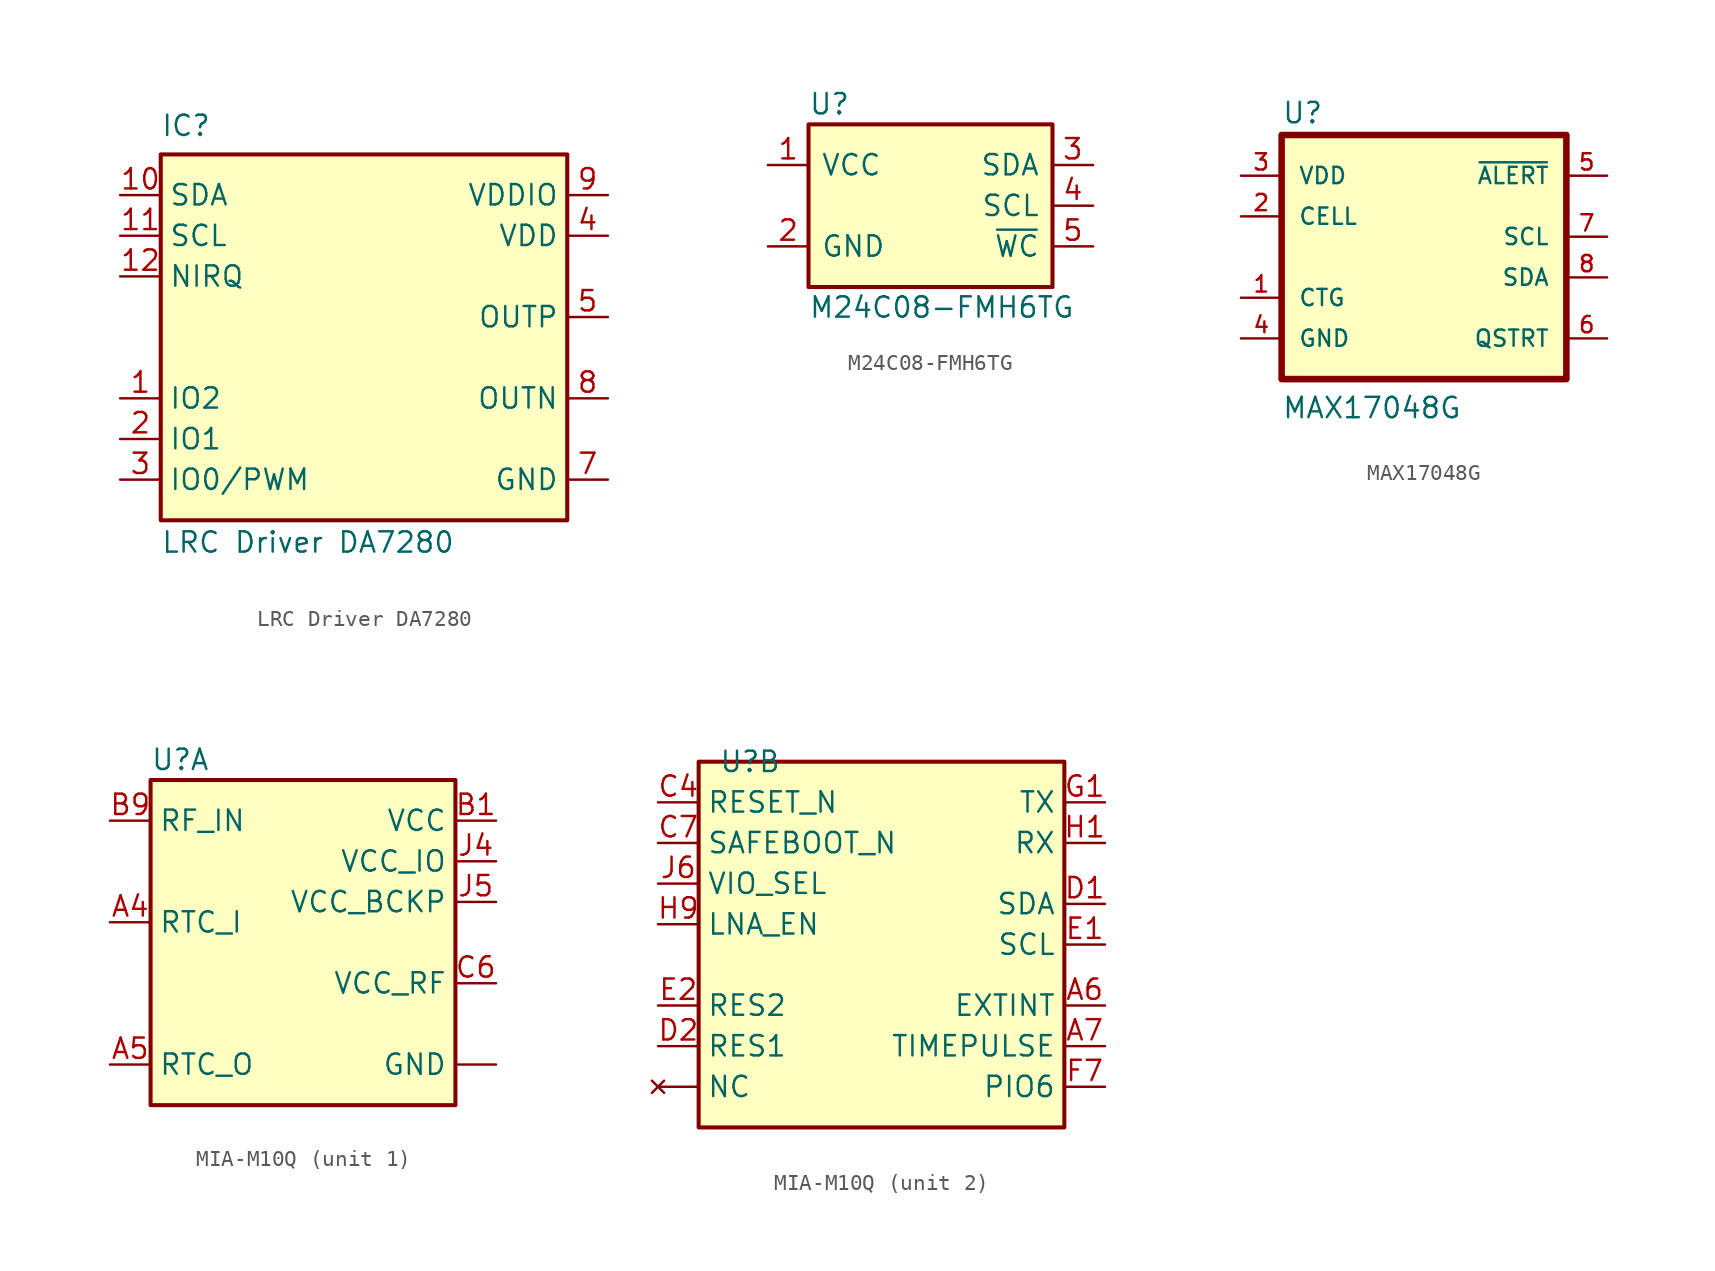
<source format=kicad_sym>
(kicad_symbol_lib
  (version 20241209)
  (generator "kicad_symbol_editor")
  (generator_version "9.0")
  (symbol "LRC Driver DA7280"
    (property "Reference" "IC"
      (at -12.7 13.97 0)
      (effects (font (size 1.27 1.27)) (justify left top)))
    (property "Value" "LRC Driver DA7280"
      (at -12.7 -12.065 0)
      (effects (font (size 1.27 1.27)) (justify left top)))
    (symbol "LRC Driver DA7280_1_1"
      (rectangle (start -12.7 11.43) (end 12.7 -11.43) (stroke (width 0.254) (type default)) (fill (type background)))
      (pin passive line (at -15.24 8.89 0) (length 2.54) (name "SDA" (effects (font (size 1.27 1.27)))) (number "10" (effects (font (size 1.27 1.27)))))
      (pin passive line (at -15.24 6.35 0) (length 2.54) (name "SCL" (effects (font (size 1.27 1.27)))) (number "11" (effects (font (size 1.27 1.27)))))
      (pin passive line (at -15.24 3.81 0) (length 2.54) (name "NIRQ" (effects (font (size 1.27 1.27)))) (number "12" (effects (font (size 1.27 1.27)))))
      (pin passive line (at -15.24 -3.81 0) (length 2.54) (name "IO2" (effects (font (size 1.27 1.27)))) (number "1" (effects (font (size 1.27 1.27)))))
      (pin passive line (at -15.24 -6.35 0) (length 2.54) (name "IO1" (effects (font (size 1.27 1.27)))) (number "2" (effects (font (size 1.27 1.27)))))
      (pin passive line (at -15.24 -8.89 0) (length 2.54) (name "IO0/PWM" (effects (font (size 1.27 1.27)))) (number "3" (effects (font (size 1.27 1.27)))))
      (pin passive line (at 15.24 8.89 180) (length 2.54) (name "VDDIO" (effects (font (size 1.27 1.27)))) (number "9" (effects (font (size 1.27 1.27)))))
      (pin passive line (at 15.24 6.35 180) (length 2.54) (name "VDD" (effects (font (size 1.27 1.27)))) (number "4" (effects (font (size 1.27 1.27)))))
      (pin passive line (at 15.24 1.27 180) (length 2.54) (name "OUTP" (effects (font (size 1.27 1.27)))) (number "5" (effects (font (size 1.27 1.27)))))
      (pin passive line (at 15.24 -3.81 180) (length 2.54) (name "OUTN" (effects (font (size 1.27 1.27)))) (number "8" (effects (font (size 1.27 1.27)))))
      (pin passive line (at 15.24 -8.89 180) (length 2.54) (hide yes) (name "GND" (effects (font (size 1.27 1.27)))) (number "6" (effects (font (size 1.27 1.27)))))
      (pin passive line (at 15.24 -8.89 180) (length 2.54) (name "GND" (effects (font (size 1.27 1.27)))) (number "7" (effects (font (size 1.27 1.27)))))))
  (symbol "M24C08-FMH6TG"
    (pin_names
      (offset 0.762))
    (property "Reference" "U"
      (at -7.62 6.35 0)
      (effects (font (size 1.27 1.27)) (justify left)))
    (property "Value" "M24C08-FMH6TG"
      (at -7.62 -6.35 0)
      (effects (font (size 1.27 1.27)) (justify left)))
    (symbol "M24C08-FMH6TG_0_0"
      (pin passive line (at -10.16 2.54 0) (length 2.54) (name "VCC" (effects (font (size 1.27 1.27)))) (number "1" (effects (font (size 1.27 1.27)))))
      (pin passive line (at 10.16 2.54 180) (length 2.54) (name "SDA" (effects (font (size 1.27 1.27)))) (number "3" (effects (font (size 1.27 1.27)))))
      (pin passive line (at 10.16 0 180) (length 2.54) (name "SCL" (effects (font (size 1.27 1.27)))) (number "4" (effects (font (size 1.27 1.27)))))
      (pin passive line (at 10.16 -2.54 180) (length 2.54) (name "~{WC}" (effects (font (size 1.27 1.27)))) (number "5" (effects (font (size 1.27 1.27))))))
    (symbol "M24C08-FMH6TG_0_1"
      (rectangle (start -7.62 5.08) (end 7.62 -5.08) (stroke (width 0.254) (type default)) (fill (type background))))
    (symbol "M24C08-FMH6TG_1_0"
      (pin passive line (at -10.16 -2.54 0) (length 2.54) (name "GND" (effects (font (size 1.27 1.27)))) (number "2" (effects (font (size 1.27 1.27)))))))
  (symbol "MAX17048G"
    (pin_names
      (offset 1.016))
    (property "Reference" "U"
      (at -10.16 8.255 0)
      (effects (font (size 1.27 1.27)) (justify left bottom)))
    (property "Value" "MAX17048G"
      (at -10.16 -10.16 0)
      (do_not_autoplace)
      (effects (font (size 1.27 1.27)) (justify left bottom)))
    (symbol "MAX17048G_0_0"
      (rectangle (start -10.16 7.62) (end 7.62 -7.62) (stroke (width 0.41) (type default)) (fill (type background)))
      (pin power_in line (at -12.7 5.08 0) (length 2.54) (name "VDD" (effects (font (size 1.016 1.016)))) (number "3" (effects (font (size 1.016 1.016)))))
      (pin power_in line (at -12.7 2.54 0) (length 2.54) (name "CELL" (effects (font (size 1.016 1.016)))) (number "2" (effects (font (size 1.016 1.016)))))
      (pin power_in line (at -12.7 -2.54 0) (length 2.54) (name "CTG" (effects (font (size 1.016 1.016)))) (number "1" (effects (font (size 1.016 1.016)))))
      (pin power_in line (at -12.7 -5.08 0) (length 2.54) (name "GND" (effects (font (size 1.016 1.016)))) (number "4" (effects (font (size 1.016 1.016)))))
      (pin power_in line (at -12.7 -5.08 0) (length 2.54) (hide yes) (name "EP" (effects (font (size 1.016 1.016)))) (number "9" (effects (font (size 1.016 1.016)))))
      (pin output line (at 10.16 5.08 180) (length 2.54) (name "~{ALERT}" (effects (font (size 1.016 1.016)))) (number "5" (effects (font (size 1.016 1.016)))))
      (pin input line (at 10.16 1.27 180) (length 2.54) (name "SCL" (effects (font (size 1.016 1.016)))) (number "7" (effects (font (size 1.016 1.016)))))
      (pin bidirectional line (at 10.16 -1.27 180) (length 2.54) (name "SDA" (effects (font (size 1.016 1.016)))) (number "8" (effects (font (size 1.016 1.016)))))
      (pin input line (at 10.16 -5.08 180) (length 2.54) (name "QSTRT" (effects (font (size 1.016 1.016)))) (number "6" (effects (font (size 1.016 1.016)))))))
  (symbol "MIA-M10Q"
    (property "Reference" "U"
      (at -10.16 11.43 0)
      (effects (font (size 1.27 1.27)) (justify left)))
    (property "Value" ""
      (at 0 -5.08 0)
      (effects (font (size 1.27 1.27))))
    (property "ki_locked" ""
      (at 0 0 0)
      (effects (font (size 1.27 1.27))))
    (symbol "MIA-M10Q_1_1"
      (rectangle (start -10.16 10.16) (end 8.89 -10.16) (stroke (width 0.254) (type default)) (fill (type background)))
      (pin passive line (at -12.7 7.62 0) (length 2.54) (name "RF_IN" (effects (font (size 1.27 1.27)))) (number "B9" (effects (font (size 1.27 1.27)))))
      (pin passive line (at -12.7 1.27 0) (length 2.54) (name "RTC_I" (effects (font (size 1.27 1.27)))) (number "A4" (effects (font (size 1.27 1.27)))))
      (pin passive line (at -12.7 -7.62 0) (length 2.54) (name "RTC_O" (effects (font (size 1.27 1.27)))) (number "A5" (effects (font (size 1.27 1.27)))))
      (pin power_in line (at 11.43 7.62 180) (length 2.54) (name "VCC" (effects (font (size 1.27 1.27)))) (number "B1" (effects (font (size 1.27 1.27)))))
      (pin power_in line (at 11.43 5.08 180) (length 2.54) (name "VCC_IO" (effects (font (size 1.27 1.27)))) (number "J4" (effects (font (size 1.27 1.27)))))
      (pin power_in line (at 11.43 2.54 180) (length 2.54) (name "VCC_BCKP" (effects (font (size 1.27 1.27)))) (number "J5" (effects (font (size 1.27 1.27)))))
      (pin power_in line (at 11.43 -2.54 180) (length 2.54) (name "VCC_RF" (effects (font (size 1.27 1.27)))) (number "C6" (effects (font (size 1.27 1.27)))))
      (pin power_in line (at 11.43 -7.62 180) (length 2.54) (name "GND" (effects (font (size 1.27 1.27)))) (number "A1" (effects (font (size 0 0)))))
      (pin power_in line (at 11.43 -7.62 180) (length 2.54) (hide yes) (name "GND" (effects (font (size 1.27 1.27)))) (number "A2" (effects (font (size 0 0)))))
      (pin power_in line (at 11.43 -7.62 180) (length 2.54) (hide yes) (name "GND" (effects (font (size 1.27 1.27)))) (number "A3" (effects (font (size 0 0)))))
      (pin power_in line (at 11.43 -7.62 180) (length 2.54) (hide yes) (name "GND" (effects (font (size 1.27 1.27)))) (number "A8" (effects (font (size 0 0)))))
      (pin power_in line (at 11.43 -7.62 180) (length 2.54) (hide yes) (name "GND" (effects (font (size 1.27 1.27)))) (number "A9" (effects (font (size 0 0)))))
      (pin power_in line (at 11.43 -7.62 180) (length 2.54) (hide yes) (name "GND" (effects (font (size 1.27 1.27)))) (number "B2" (effects (font (size 0 0)))))
      (pin power_in line (at 11.43 -7.62 180) (length 2.54) (hide yes) (name "GND" (effects (font (size 1.27 1.27)))) (number "B8" (effects (font (size 0 0)))))
      (pin power_in line (at 11.43 -7.62 180) (length 2.54) (hide yes) (name "GND" (effects (font (size 1.27 1.27)))) (number "C3" (effects (font (size 0 0)))))
      (pin power_in line (at 11.43 -7.62 180) (length 2.54) (hide yes) (name "GND" (effects (font (size 1.27 1.27)))) (number "C9" (effects (font (size 0 0)))))
      (pin power_in line (at 11.43 -7.62 180) (length 2.54) (hide yes) (name "GND" (effects (font (size 1.27 1.27)))) (number "E3" (effects (font (size 0 0)))))
      (pin power_in line (at 11.43 -7.62 180) (length 2.54) (hide yes) (name "GND" (effects (font (size 1.27 1.27)))) (number "E4" (effects (font (size 0 0)))))
      (pin power_in line (at 11.43 -7.62 180) (length 2.54) (hide yes) (name "GND" (effects (font (size 1.27 1.27)))) (number "E9" (effects (font (size 0 0)))))
      (pin power_in line (at 11.43 -7.62 180) (length 2.54) (hide yes) (name "GND" (effects (font (size 1.27 1.27)))) (number "F1" (effects (font (size 0 0)))))
      (pin power_in line (at 11.43 -7.62 180) (length 2.54) (hide yes) (name "GND" (effects (font (size 1.27 1.27)))) (number "F3" (effects (font (size 0 0)))))
      (pin power_in line (at 11.43 -7.62 180) (length 2.54) (hide yes) (name "GND" (effects (font (size 1.27 1.27)))) (number "F4" (effects (font (size 0 0)))))
      (pin power_in line (at 11.43 -7.62 180) (length 2.54) (hide yes) (name "GND" (effects (font (size 1.27 1.27)))) (number "F9" (effects (font (size 0 0)))))
      (pin power_in line (at 11.43 -7.62 180) (length 2.54) (hide yes) (name "GND" (effects (font (size 1.27 1.27)))) (number "G3" (effects (font (size 0 0)))))
      (pin power_in line (at 11.43 -7.62 180) (length 2.54) (hide yes) (name "GND" (effects (font (size 1.27 1.27)))) (number "G4" (effects (font (size 0 0)))))
      (pin power_in line (at 11.43 -7.62 180) (length 2.54) (hide yes) (name "GND" (effects (font (size 1.27 1.27)))) (number "G5" (effects (font (size 0 0)))))
      (pin power_in line (at 11.43 -7.62 180) (length 2.54) (hide yes) (name "GND" (effects (font (size 1.27 1.27)))) (number "G6" (effects (font (size 0 0)))))
      (pin power_in line (at 11.43 -7.62 180) (length 2.54) (hide yes) (name "GND" (effects (font (size 1.27 1.27)))) (number "G7" (effects (font (size 0 0)))))
      (pin power_in line (at 11.43 -7.62 180) (length 2.54) (hide yes) (name "GND" (effects (font (size 1.27 1.27)))) (number "H8" (effects (font (size 0 0)))))
      (pin power_in line (at 11.43 -7.62 180) (length 2.54) (hide yes) (name "GND" (effects (font (size 1.27 1.27)))) (number "J8" (effects (font (size 0 0)))))
      (pin power_in line (at 11.43 -7.62 180) (length 2.54) (hide yes) (name "GND" (effects (font (size 1.27 1.27)))) (number "J9" (effects (font (size 0 0))))))
    (symbol "MIA-M10Q_2_0"
      (pin input line (at -13.97 6.35 0) (length 2.54) (name "SAFEBOOT_N" (effects (font (size 1.27 1.27)))) (number "C7" (effects (font (size 1.27 1.27)))))
      (pin bidirectional line (at -13.97 -3.81 0) (length 2.54) (name "RES2" (effects (font (size 1.27 1.27)))) (number "E2" (effects (font (size 1.27 1.27)))))
      (pin bidirectional line (at -13.97 -6.35 0) (length 2.54) (name "RES1" (effects (font (size 1.27 1.27)))) (number "D2" (effects (font (size 1.27 1.27))))))
    (symbol "MIA-M10Q_2_1"
      (rectangle (start -11.43 11.43) (end 11.43 -11.43) (stroke (width 0.254) (type default)) (fill (type background)))
      (pin input line (at -13.97 8.89 0) (length 2.54) (name "RESET_N" (effects (font (size 1.27 1.27)))) (number "C4" (effects (font (size 1.27 1.27)))))
      (pin input line (at -13.97 3.81 0) (length 2.54) (name "VIO_SEL" (effects (font (size 1.27 1.27)))) (number "J6" (effects (font (size 1.27 1.27)))))
      (pin output line (at -13.97 1.27 0) (length 2.54) (name "LNA_EN" (effects (font (size 1.27 1.27)))) (number "H9" (effects (font (size 1.27 1.27)))))
      (pin no_connect line (at -13.97 -8.89 0) (length 2.54) (name "NC" (effects (font (size 1.27 1.27)))) (number "C1" (effects (font (size 0 0)))))
      (pin no_connect line (at -13.97 -8.89 0) (length 2.54) (hide yes) (name "NC" (effects (font (size 1.27 1.27)))) (number "C5" (effects (font (size 0 0)))))
      (pin no_connect line (at -13.97 -8.89 0) (length 2.54) (hide yes) (name "NC" (effects (font (size 1.27 1.27)))) (number "D9" (effects (font (size 0 0)))))
      (pin no_connect line (at -13.97 -8.89 0) (length 2.54) (hide yes) (name "NC" (effects (font (size 1.27 1.27)))) (number "E7" (effects (font (size 0 0)))))
      (pin no_connect line (at -13.97 -8.89 0) (length 2.54) (hide yes) (name "NC" (effects (font (size 1.27 1.27)))) (number "G9" (effects (font (size 0 0)))))
      (pin no_connect line (at -13.97 -8.89 0) (length 2.54) (hide yes) (name "NC" (effects (font (size 1.27 1.27)))) (number "J1" (effects (font (size 0 0)))))
      (pin no_connect line (at -13.97 -8.89 0) (length 2.54) (hide yes) (name "NC" (effects (font (size 1.27 1.27)))) (number "J2" (effects (font (size 0 0)))))
      (pin no_connect line (at -13.97 -8.89 0) (length 2.54) (hide yes) (name "NC" (effects (font (size 1.27 1.27)))) (number "J3" (effects (font (size 0 0)))))
      (pin no_connect line (at -13.97 -8.89 0) (length 2.54) (hide yes) (name "NC" (effects (font (size 1.27 1.27)))) (number "J7" (effects (font (size 0 0)))))
      (pin output line (at 13.97 8.89 180) (length 2.54) (name "TX" (effects (font (size 1.27 1.27)))) (number "G1" (effects (font (size 1.27 1.27)))))
      (pin input line (at 13.97 6.35 180) (length 2.54) (name "RX" (effects (font (size 1.27 1.27)))) (number "H1" (effects (font (size 1.27 1.27)))))
      (pin bidirectional line (at 13.97 2.54 180) (length 2.54) (name "SDA" (effects (font (size 1.27 1.27)))) (number "D1" (effects (font (size 1.27 1.27)))))
      (pin input line (at 13.97 0 180) (length 2.54) (name "SCL" (effects (font (size 1.27 1.27)))) (number "E1" (effects (font (size 1.27 1.27)))))
      (pin input line (at 13.97 -3.81 180) (length 2.54) (name "EXTINT" (effects (font (size 1.27 1.27)))) (number "A6" (effects (font (size 1.27 1.27)))))
      (pin output line (at 13.97 -6.35 180) (length 2.54) (name "TIMEPULSE" (effects (font (size 1.27 1.27)))) (number "A7" (effects (font (size 1.27 1.27)))))
      (pin bidirectional line (at 13.97 -8.89 180) (length 2.54) (name "PIO6" (effects (font (size 1.27 1.27)))) (number "F7" (effects (font (size 1.27 1.27))))))))
</source>
